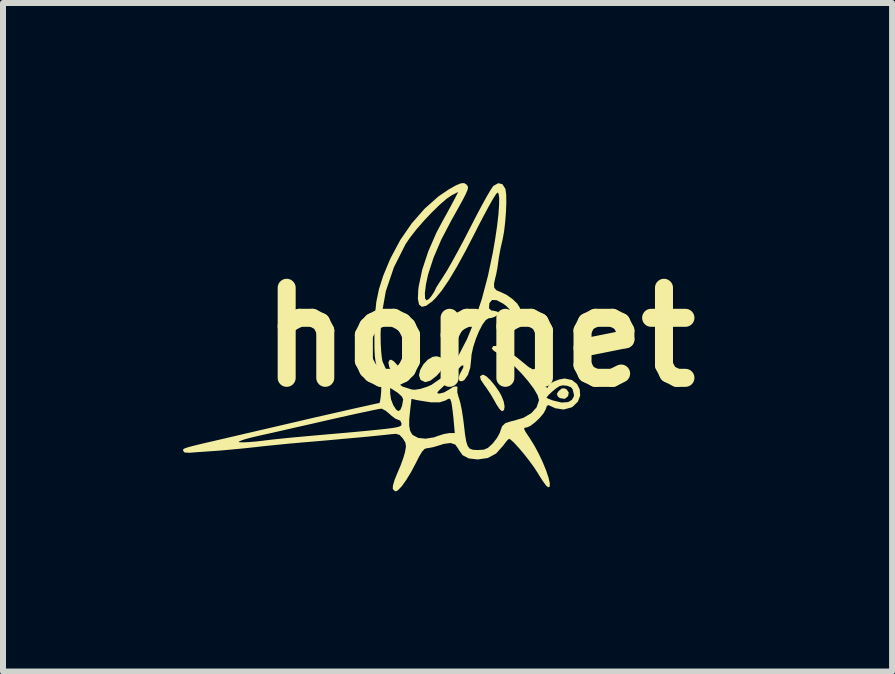
<source format=kicad_pcb>
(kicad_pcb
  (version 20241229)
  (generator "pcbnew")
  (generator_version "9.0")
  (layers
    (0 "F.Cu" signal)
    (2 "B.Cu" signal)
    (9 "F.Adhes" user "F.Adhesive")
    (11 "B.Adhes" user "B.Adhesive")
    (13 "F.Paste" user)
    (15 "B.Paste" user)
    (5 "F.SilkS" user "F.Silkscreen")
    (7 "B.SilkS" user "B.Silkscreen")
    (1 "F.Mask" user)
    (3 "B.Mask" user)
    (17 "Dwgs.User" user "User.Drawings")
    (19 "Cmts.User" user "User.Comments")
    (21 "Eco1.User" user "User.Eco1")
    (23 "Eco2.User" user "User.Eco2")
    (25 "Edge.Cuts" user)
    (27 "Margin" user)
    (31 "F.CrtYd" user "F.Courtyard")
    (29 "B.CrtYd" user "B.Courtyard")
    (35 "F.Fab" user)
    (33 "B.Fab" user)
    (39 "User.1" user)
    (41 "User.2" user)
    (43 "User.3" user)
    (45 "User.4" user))
  (footprint "hornet"
    (layer "F.Cu")
    (at 4.94 2.566)
    (property "Reference" "hornet" (at 0 0 0) (layer "F.SilkS") (effects (font (size 1.5 1.5) (thickness 0.3))))
    (attr board_only exclude_from_pos_files exclude_from_bom)
    (fp_poly (pts (xy 1.421 0.856) (xy 1.453 0.874) (xy 1.485 0.924) (xy 1.474 0.982) (xy 1.427 1.024) (xy 1.408 1.028) (xy 1.338 1.016) (xy 1.305 0.993) (xy 1.286 0.946) (xy 1.318 0.897) (xy 1.318 0.897) (xy 1.373 0.854)) (stroke (width 0) (type solid)) (fill yes) (layer "F.SilkS"))
    (fp_poly (pts (xy -1.43 0.402) (xy -1.372 0.465) (xy -1.314 0.547) (xy -1.269 0.63) (xy -1.249 0.693) (xy -1.251 0.707) (xy -1.282 0.748) (xy -1.329 0.735) (xy -1.386 0.682) (xy -1.459 0.587) (xy -1.505 0.497) (xy -1.52 0.425) (xy -1.5 0.382) (xy -1.475 0.376)) (stroke (width 0) (type solid)) (fill yes) (layer "F.SilkS"))
    (fp_poly (pts (xy -0.652 0.337) (xy -0.624 0.385) (xy -0.617 0.432) (xy -0.621 0.509) (xy -0.657 0.578) (xy -0.716 0.644) (xy -0.821 0.726) (xy -0.909 0.75) (xy -0.981 0.714) (xy -0.987 0.706) (xy -1.01 0.635) (xy -0.99 0.546) (xy -0.938 0.455) (xy -0.865 0.377) (xy -0.781 0.328) (xy -0.714 0.319)) (stroke (width 0) (type solid)) (fill yes) (layer "F.SilkS"))
    (fp_poly (pts (xy 0.111 0.652) (xy 0.181 0.718) (xy 0.257 0.81) (xy 0.328 0.914) (xy 0.362 0.975) (xy 0.401 1.072) (xy 0.416 1.157) (xy 0.407 1.216) (xy 0.374 1.233) (xy 0.367 1.231) (xy 0.331 1.197) (xy 0.283 1.125) (xy 0.253 1.071) (xy 0.186 0.955) (xy 0.108 0.838) (xy 0.082 0.804) (xy 0.019 0.71) (xy 0.007 0.652) (xy 0.045 0.628) (xy 0.061 0.627)) (stroke (width 0) (type solid)) (fill yes) (layer "F.SilkS"))
    (fp_poly (pts (xy -0.219 -2.542) (xy -0.209 -2.53) (xy -0.196 -2.51) (xy -0.194 -2.484) (xy -0.205 -2.443) (xy -0.232 -2.381) (xy -0.28 -2.288) (xy -0.351 -2.159) (xy -0.449 -1.984) (xy -0.473 -1.941) (xy -0.639 -1.624) (xy -0.768 -1.322) (xy -0.858 -1.045) (xy -0.893 -0.883) (xy -0.912 -0.736) (xy -0.909 -0.645) (xy -0.886 -0.612) (xy -0.843 -0.636) (xy -0.803 -0.684) (xy -0.76 -0.75) (xy -0.738 -0.792) (xy -0.737 -0.796) (xy -0.721 -0.829) (xy -0.677 -0.899) (xy -0.615 -0.995) (xy -0.596 -1.025) (xy -0.538 -1.117) (xy -0.46 -1.254) (xy -0.367 -1.423) (xy -0.266 -1.611) (xy -0.165 -1.807) (xy -0.143 -1.85) (xy -0.049 -2.033) (xy 0.04 -2.2) (xy 0.118 -2.341) (xy 0.18 -2.447) (xy 0.222 -2.51) (xy 0.231 -2.52) (xy 0.31 -2.564) (xy 0.379 -2.548) (xy 0.427 -2.474) (xy 0.431 -2.462) (xy 0.443 -2.375) (xy 0.445 -2.243) (xy 0.439 -2.085) (xy 0.426 -1.917) (xy 0.407 -1.757) (xy 0.382 -1.622) (xy 0.376 -1.598) (xy 0.346 -1.466) (xy 0.321 -1.327) (xy 0.313 -1.269) (xy 0.296 -1.15) (xy 0.274 -1.037) (xy 0.265 -1.003) (xy 0.24 -0.892) (xy 0.243 -0.823) (xy 0.28 -0.78) (xy 0.348 -0.752) (xy 0.449 -0.704) (xy 0.547 -0.635) (xy 0.626 -0.559) (xy 0.67 -0.489) (xy 0.674 -0.467) (xy 0.696 -0.419) (xy 0.748 -0.408) (xy 0.846 -0.382) (xy 0.952 -0.316) (xy 1.046 -0.224) (xy 1.092 -0.156) (xy 1.123 -0.054) (xy 1.138 0.087) (xy 1.138 0.246) (xy 1.123 0.401) (xy 1.095 0.531) (xy 1.073 0.584) (xy 1.041 0.664) (xy 1.045 0.729) (xy 1.059 0.764) (xy 1.097 0.826) (xy 1.13 0.847) (xy 1.144 0.821) (xy 1.145 0.816) (xy 1.172 0.778) (xy 1.24 0.738) (xy 1.327 0.705) (xy 1.412 0.69) (xy 1.421 0.69) (xy 1.538 0.715) (xy 1.622 0.78) (xy 1.668 0.871) (xy 1.675 0.974) (xy 1.638 1.074) (xy 1.554 1.157) (xy 1.528 1.172) (xy 1.398 1.206) (xy 1.261 1.185) (xy 1.213 1.163) (xy 1.151 1.134) (xy 1.121 1.144) (xy 1.102 1.2) (xy 1.101 1.203) (xy 1.067 1.267) (xy 1.002 1.345) (xy 0.922 1.421) (xy 0.844 1.48) (xy 0.786 1.505) (xy 0.784 1.505) (xy 0.749 1.51) (xy 0.742 1.531) (xy 0.766 1.58) (xy 0.824 1.667) (xy 0.833 1.68) (xy 0.911 1.805) (xy 0.985 1.943) (xy 1.052 2.085) (xy 1.107 2.22) (xy 1.147 2.339) (xy 1.169 2.432) (xy 1.168 2.49) (xy 1.141 2.502) (xy 1.105 2.47) (xy 1.051 2.396) (xy 0.988 2.297) (xy 0.976 2.276) (xy 0.914 2.18) (xy 0.834 2.069) (xy 0.745 1.955) (xy 0.656 1.849) (xy 0.577 1.763) (xy 0.517 1.708) (xy 0.491 1.694) (xy 0.462 1.717) (xy 0.415 1.777) (xy 0.392 1.808) (xy 0.275 1.939) (xy 0.137 2.014) (xy -0.032 2.038) (xy -0.032 2.038) (xy -0.18 2.021) (xy -0.284 1.967) (xy -0.352 1.87) (xy -0.357 1.858) (xy -0.406 1.79) (xy -0.484 1.764) (xy -0.598 1.779) (xy -0.676 1.804) (xy -0.773 1.833) (xy -0.856 1.849) (xy -0.875 1.85) (xy -0.915 1.862) (xy -0.957 1.906) (xy -1.008 1.99) (xy -1.063 2.099) (xy -1.142 2.248) (xy -1.223 2.381) (xy -1.298 2.486) (xy -1.361 2.552) (xy -1.399 2.571) (xy -1.435 2.546) (xy -1.447 2.523) (xy -1.444 2.472) (xy -1.418 2.383) (xy -1.375 2.275) (xy -1.37 2.264) (xy -1.316 2.137) (xy -1.27 2.01) (xy -1.243 1.916) (xy -1.227 1.822) (xy -1.237 1.757) (xy -1.277 1.691) (xy -1.278 1.689) (xy -1.334 1.629) (xy -1.396 1.611) (xy -1.456 1.616) (xy -1.529 1.624) (xy -1.654 1.637) (xy -1.823 1.654) (xy -2.025 1.673) (xy -2.25 1.693) (xy -2.488 1.715) (xy -2.73 1.736) (xy -2.967 1.756) (xy -2.995 1.759) (xy -3.182 1.775) (xy -3.4 1.797) (xy -3.617 1.819) (xy -3.747 1.834) (xy -3.935 1.854) (xy -4.136 1.873) (xy -4.322 1.89) (xy -4.437 1.898) (xy -4.58 1.908) (xy -4.711 1.917) (xy -4.809 1.925) (xy -4.837 1.927) (xy -4.915 1.922) (xy -4.939 1.895) (xy -4.94 1.882) (xy -4.938 1.872) (xy -4.928 1.861) (xy -4.903 1.85) (xy -4.858 1.835) (xy -4.785 1.815) (xy -4.68 1.789) (xy -4.536 1.755) (xy -4.479 1.742) (xy -4.014 1.742) (xy -4.01 1.75) (xy -3.949 1.753) (xy -3.935 1.753) (xy -3.849 1.749) (xy -3.727 1.739) (xy -3.594 1.724) (xy -3.59 1.723) (xy -3.457 1.707) (xy -3.287 1.689) (xy -3.106 1.671) (xy -2.995 1.661) (xy -2.627 1.628) (xy -2.316 1.601) (xy -2.059 1.578) (xy -1.849 1.558) (xy -1.681 1.541) (xy -1.552 1.527) (xy -1.456 1.515) (xy -1.389 1.503) (xy -1.344 1.492) (xy -1.318 1.481) (xy -1.315 1.478) (xy -1.173 1.478) (xy -1.158 1.559) (xy -1.127 1.616) (xy -1.113 1.631) (xy -1.024 1.679) (xy -0.901 1.692) (xy -0.761 1.67) (xy -0.695 1.646) (xy -0.597 1.615) (xy -0.507 1.599) (xy -0.498 1.599) (xy -0.414 1.599) (xy -0.434 1.372) (xy -0.447 1.249) (xy -0.461 1.143) (xy -0.473 1.076) (xy -0.474 1.075) (xy -0.492 1.029) (xy -0.522 1.028) (xy -0.567 1.055) (xy -0.664 1.086) (xy -0.814 1.086) (xy -1.017 1.054) (xy -1.038 1.05) (xy -1.135 1.029) (xy -1.155 1.197) (xy -1.172 1.362) (xy -1.173 1.478) (xy -1.315 1.478) (xy -1.306 1.469) (xy -1.302 1.456) (xy -1.301 1.44) (xy -1.301 1.44) (xy -1.323 1.39) (xy -1.351 1.38) (xy -1.403 1.359) (xy -1.472 1.307) (xy -1.494 1.286) (xy -1.565 1.227) (xy -1.627 1.194) (xy -1.641 1.192) (xy -1.684 1.199) (xy -1.78 1.218) (xy -1.921 1.248) (xy -2.098 1.286) (xy -2.304 1.332) (xy -2.53 1.383) (xy -2.587 1.396) (xy -2.826 1.451) (xy -3.056 1.503) (xy -3.266 1.551) (xy -3.446 1.592) (xy -3.587 1.623) (xy -3.677 1.643) (xy -3.685 1.645) (xy -3.803 1.673) (xy -3.908 1.701) (xy -3.967 1.721) (xy -4.014 1.742) (xy -4.479 1.742) (xy -4.346 1.711) (xy -4.105 1.655) (xy -3.935 1.615) (xy -3.697 1.56) (xy -3.469 1.507) (xy -3.262 1.459) (xy -3.085 1.418) (xy -2.948 1.386) (xy -2.861 1.365) (xy -2.854 1.364) (xy -2.723 1.333) (xy -2.567 1.298) (xy -2.396 1.259) (xy -2.221 1.219) (xy -2.053 1.181) (xy -1.902 1.148) (xy -1.781 1.121) (xy -1.699 1.103) (xy -1.669 1.098) (xy -1.659 1.069) (xy -1.648 0.995) (xy -1.643 0.942) (xy -1.49 0.942) (xy -1.475 1.039) (xy -1.438 1.135) (xy -1.39 1.208) (xy -1.357 1.231) (xy -1.322 1.214) (xy -1.293 1.148) (xy -1.275 1.048) (xy -1.274 1.035) (xy -1.296 0.99) (xy -1.356 0.934) (xy -1.368 0.925) (xy -0.706 0.925) (xy -0.693 0.939) (xy -0.666 0.94) (xy -0.591 0.921) (xy -0.517 0.878) (xy -0.443 0.831) (xy -0.389 0.818) (xy -0.367 0.839) (xy -0.372 0.862) (xy -0.372 0.919) (xy -0.35 1.002) (xy -0.344 1.017) (xy -0.321 1.096) (xy -0.296 1.217) (xy -0.274 1.362) (xy -0.263 1.449) (xy -0.243 1.621) (xy -0.223 1.74) (xy -0.198 1.816) (xy -0.163 1.859) (xy -0.111 1.877) (xy -0.039 1.881) (xy -0.027 1.881) (xy 0.069 1.875) (xy 0.138 1.846) (xy 0.209 1.781) (xy 0.222 1.767) (xy 0.289 1.681) (xy 0.336 1.595) (xy 0.345 1.566) (xy 0.375 1.484) (xy 0.429 1.433) (xy 0.525 1.402) (xy 0.564 1.394) (xy 0.728 1.345) (xy 0.86 1.268) (xy 0.949 1.17) (xy 0.987 1.059) (xy 0.988 1.043) (xy 0.979 1.013) (xy 1.116 1.013) (xy 1.152 1.029) (xy 1.22 1.055) (xy 1.223 1.056) (xy 1.364 1.09) (xy 1.476 1.082) (xy 1.536 1.046) (xy 1.57 0.988) (xy 1.57 0.95) (xy 1.554 0.891) (xy 1.552 0.875) (xy 1.525 0.837) (xy 1.461 0.811) (xy 1.386 0.803) (xy 1.332 0.816) (xy 1.274 0.854) (xy 1.209 0.908) (xy 1.151 0.962) (xy 1.118 1.002) (xy 1.116 1.013) (xy 0.979 1.013) (xy 0.965 0.966) (xy 0.903 0.86) (xy 0.811 0.737) (xy 0.7 0.608) (xy 0.579 0.484) (xy 0.457 0.375) (xy 0.344 0.293) (xy 0.305 0.27) (xy 0.238 0.229) (xy 0.205 0.194) (xy 0.204 0.189) (xy 0.226 0.149) (xy 0.287 0.147) (xy 0.379 0.182) (xy 0.497 0.249) (xy 0.632 0.347) (xy 0.716 0.416) (xy 0.819 0.5) (xy 0.886 0.537) (xy 0.928 0.526) (xy 0.954 0.464) (xy 0.975 0.351) (xy 0.987 0.189) (xy 0.977 0.038) (xy 0.946 -0.087) (xy 0.901 -0.163) (xy 0.838 -0.205) (xy 0.737 -0.248) (xy 0.641 -0.278) (xy 0.538 -0.311) (xy 0.463 -0.347) (xy 0.424 -0.379) (xy 0.429 -0.401) (xy 0.47 -0.408) (xy 0.509 -0.423) (xy 0.498 -0.463) (xy 0.442 -0.52) (xy 0.393 -0.557) (xy 0.284 -0.615) (xy 0.208 -0.619) (xy 0.166 -0.571) (xy 0.162 -0.559) (xy 0.156 -0.481) (xy 0.194 -0.444) (xy 0.235 -0.439) (xy 0.294 -0.425) (xy 0.313 -0.409) (xy 0.304 -0.375) (xy 0.255 -0.34) (xy 0.185 -0.317) (xy 0.15 -0.314) (xy 0.103 -0.285) (xy 0.048 -0.21) (xy -0.009 -0.101) (xy -0.062 0.028) (xy -0.106 0.162) (xy -0.134 0.287) (xy -0.141 0.371) (xy -0.156 0.51) (xy -0.195 0.629) (xy -0.252 0.712) (xy -0.29 0.735) (xy -0.334 0.732) (xy -0.349 0.688) (xy -0.333 0.62) (xy -0.313 0.584) (xy -0.272 0.506) (xy -0.271 0.47) (xy -0.301 0.476) (xy -0.354 0.529) (xy -0.384 0.568) (xy -0.469 0.677) (xy -0.57 0.788) (xy -0.609 0.825) (xy -0.679 0.891) (xy -0.706 0.925) (xy -1.368 0.925) (xy -1.38 0.917) (xy -1.49 0.846) (xy -1.49 0.942) (xy -1.643 0.942) (xy -1.64 0.903) (xy -1.638 0.754) (xy -1.663 0.628) (xy -1.691 0.55) (xy -1.717 0.479) (xy -1.734 0.406) (xy -1.746 0.316) (xy -1.752 0.197) (xy -1.753 0.037) (xy -1.753 -0.055) (xy -1.65 -0.055) (xy -1.648 0.099) (xy -1.64 0.241) (xy -1.628 0.352) (xy -1.618 0.405) (xy -1.539 0.581) (xy -1.424 0.724) (xy -1.284 0.824) (xy -1.129 0.873) (xy -1.08 0.877) (xy -0.989 0.863) (xy -0.875 0.827) (xy -0.802 0.795) (xy -0.647 0.687) (xy -0.495 0.52) (xy -0.348 0.3) (xy -0.209 0.031) (xy -0.08 -0.283) (xy 0.037 -0.636) (xy 0.14 -1.025) (xy 0.219 -1.402) (xy 0.259 -1.634) (xy 0.291 -1.85) (xy 0.313 -2.04) (xy 0.324 -2.199) (xy 0.326 -2.318) (xy 0.316 -2.39) (xy 0.296 -2.409) (xy 0.27 -2.377) (xy 0.22 -2.298) (xy 0.153 -2.179) (xy 0.072 -2.029) (xy -0.019 -1.855) (xy -0.062 -1.769) (xy -0.231 -1.442) (xy -0.38 -1.17) (xy -0.511 -0.951) (xy -0.628 -0.779) (xy -0.731 -0.653) (xy -0.79 -0.595) (xy -0.89 -0.522) (xy -0.963 -0.505) (xy -1.009 -0.543) (xy -1.029 -0.637) (xy -1.022 -0.789) (xy -1.015 -0.845) (xy -0.956 -1.124) (xy -0.856 -1.427) (xy -0.721 -1.737) (xy -0.628 -1.913) (xy -0.554 -2.047) (xy -0.486 -2.172) (xy -0.433 -2.271) (xy -0.41 -2.314) (xy -0.357 -2.418) (xy -0.461 -2.365) (xy -0.549 -2.306) (xy -0.663 -2.207) (xy -0.792 -2.082) (xy -0.925 -1.941) (xy -1.051 -1.797) (xy -1.158 -1.66) (xy -1.233 -1.55) (xy -1.428 -1.163) (xy -1.563 -0.763) (xy -1.636 -0.349) (xy -1.65 -0.055) (xy -1.753 -0.055) (xy -1.753 -0.078) (xy -1.745 -0.352) (xy -1.721 -0.587) (xy -1.676 -0.803) (xy -1.606 -1.022) (xy -1.505 -1.266) (xy -1.479 -1.324) (xy -1.321 -1.619) (xy -1.13 -1.896) (xy -0.914 -2.142) (xy -0.683 -2.346) (xy -0.515 -2.46) (xy -0.395 -2.528) (xy -0.313 -2.562) (xy -0.259 -2.566)) (stroke (width 0) (type solid)) (fill yes) (layer "F.SilkS")))
  (gr_rect
    (start -3 -3)
    (end 11.811 8.137)
    (stroke (width 0.1) (type default))
    (fill no)
    (layer "Edge.Cuts")))
</source>
